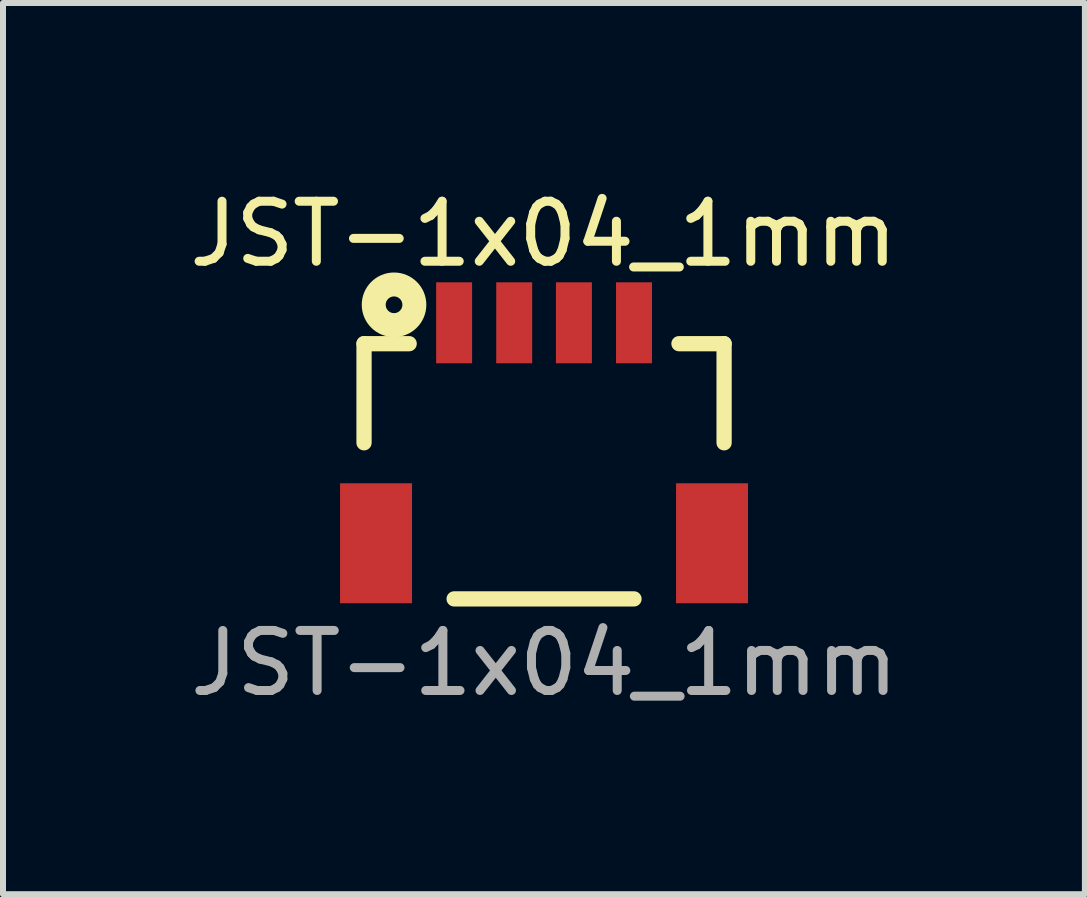
<source format=kicad_pcb>
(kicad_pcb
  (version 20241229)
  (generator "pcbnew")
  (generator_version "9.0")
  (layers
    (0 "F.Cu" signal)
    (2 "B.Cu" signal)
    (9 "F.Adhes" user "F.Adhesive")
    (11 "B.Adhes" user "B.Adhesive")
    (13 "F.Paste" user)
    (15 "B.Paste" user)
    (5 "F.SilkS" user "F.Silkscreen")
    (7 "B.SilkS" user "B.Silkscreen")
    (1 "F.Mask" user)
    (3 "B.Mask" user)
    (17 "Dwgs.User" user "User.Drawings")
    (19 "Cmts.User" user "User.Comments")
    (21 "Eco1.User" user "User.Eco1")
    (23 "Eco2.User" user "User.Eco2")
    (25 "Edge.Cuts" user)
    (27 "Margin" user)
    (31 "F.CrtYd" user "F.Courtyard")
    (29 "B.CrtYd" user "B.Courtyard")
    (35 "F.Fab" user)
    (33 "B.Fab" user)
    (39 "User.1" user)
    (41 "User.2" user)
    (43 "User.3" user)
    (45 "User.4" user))
  (footprint "JST-1x04_1mm"
    (layer "F.Cu")
    (at 6.015 3.928)
    (property "Reference" "JST-1x04_1mm" (at -0.009 -3.08 0) (unlocked yes) (layer "F.SilkS") (effects (font (size 1 1) (thickness 0.15))))
    (attr smd)
    (fp_line (start -3 -1.252) (end -2.248 -1.252) (stroke (width 0.254) (type solid)) (layer "F.SilkS"))
    (fp_line (start -3 0.399) (end -3 -1.252) (stroke (width 0.254) (type solid)) (layer "F.SilkS"))
    (fp_line (start -1.499 3) (end 1.498 3) (stroke (width 0.254) (type solid)) (layer "F.SilkS"))
    (fp_line (start 2.247 -1.252) (end 2.999 -1.252) (stroke (width 0.254) (type solid)) (layer "F.SilkS"))
    (fp_line (start 2.999 -1.252) (end 2.999 0.399) (stroke (width 0.254) (type solid)) (layer "F.SilkS"))
    (fp_circle (center -2.5 -1.9) (end -2.5 -2.039) (stroke (width 0.399) (type solid)) (fill no) (layer "F.SilkS"))
    (fp_text user "${REFERENCE}" (at 0.004 4.071 0) (unlocked yes) (layer "F.Fab") (effects (font (size 1 1) (thickness 0.15))))
    (pad "1" smd rect (at -1.499 -1.6) (size 0.599 1.349) (layers "F.Cu" "F.Mask" "F.Paste"))
    (pad "2" smd rect (at -0.498 -1.6) (size 0.599 1.349) (layers "F.Cu" "F.Mask" "F.Paste"))
    (pad "3" smd rect (at 0.497 -1.6) (size 0.599 1.349) (layers "F.Cu" "F.Mask" "F.Paste"))
    (pad "4" smd rect (at 1.498 -1.6) (size 0.599 1.349) (layers "F.Cu" "F.Mask" "F.Paste"))
    (pad "NC1" smd rect (at 2.798 2.073) (size 1.199 1.999) (layers "F.Cu" "F.Mask" "F.Paste"))
    (pad "NC2" smd rect (at -2.8 2.073) (size 1.199 1.999) (layers "F.Cu" "F.Mask" "F.Paste")))
  (gr_rect
    (start -3 -3)
    (end 15.025 11.848)
    (stroke (width 0.1) (type default))
    (fill no)
    (layer "Edge.Cuts")))
</source>
